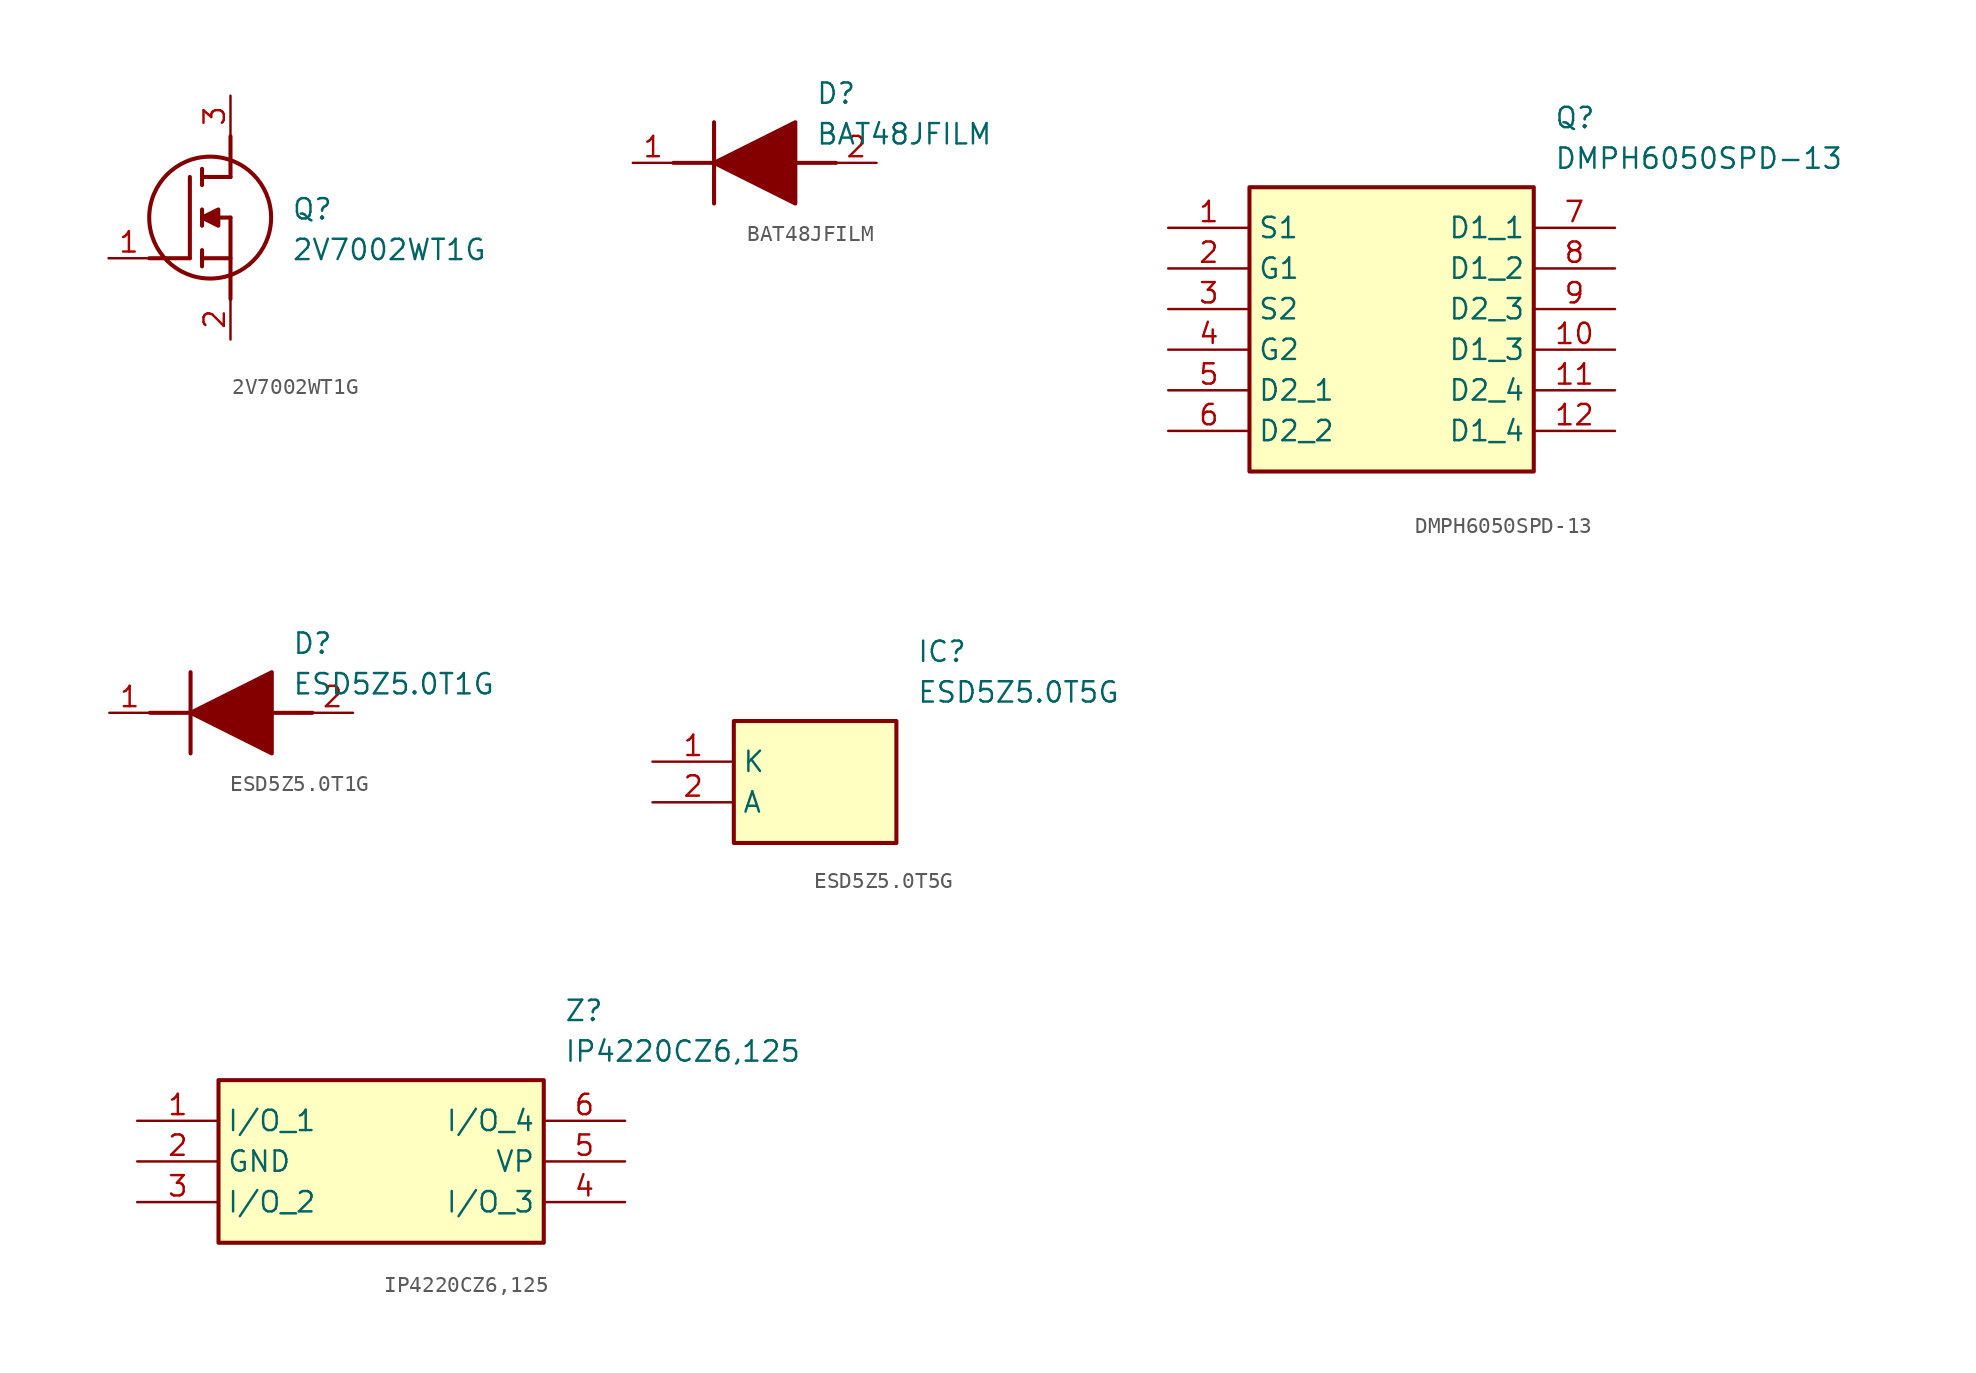
<source format=kicad_sym>
(kicad_symbol_lib
  (version 20241209)
  (generator "kicad_symbol_editor")
  (generator_version "9.0")
  (symbol "2V7002WT1G"
    (pin_names
      (hide yes))
    (property "Reference" "Q"
      (at 11.43 3.81 0)
      (effects (font (size 1.27 1.27)) (justify left top)))
    (property "Value" "2V7002WT1G"
      (at 11.43 1.27 0)
      (effects (font (size 1.27 1.27)) (justify left top)))
    (symbol "2V7002WT1G_1_1"
      (polyline (pts (xy 2.54 0) (xy 5.08 0)) (stroke (width 0.254) (type default)) (fill (type none)))
      (polyline (pts (xy 5.08 5.08) (xy 5.08 0)) (stroke (width 0.254) (type default)) (fill (type none)))
      (polyline (pts (xy 5.842 5.588) (xy 5.842 4.572)) (stroke (width 0.254) (type default)) (fill (type none)))
      (polyline (pts (xy 5.842 2.54) (xy 6.858 3.048) (xy 6.858 2.032) (xy 5.842 2.54)) (stroke (width 0.254) (type default)) (fill (type outline)))
      (polyline (pts (xy 5.842 2.032) (xy 5.842 3.048)) (stroke (width 0.254) (type default)) (fill (type none)))
      (polyline (pts (xy 5.842 0) (xy 7.62 0)) (stroke (width 0.254) (type default)) (fill (type none)))
      (polyline (pts (xy 5.842 -0.508) (xy 5.842 0.508)) (stroke (width 0.254) (type default)) (fill (type none)))
      (circle (center 6.35 2.54) (radius 3.81) (stroke (width 0.254) (type default)) (fill (type none)))
      (polyline (pts (xy 7.62 5.08) (xy 5.842 5.08)) (stroke (width 0.254) (type default)) (fill (type none)))
      (polyline (pts (xy 7.62 5.08) (xy 7.62 7.62)) (stroke (width 0.254) (type default)) (fill (type none)))
      (polyline (pts (xy 7.62 2.54) (xy 5.842 2.54)) (stroke (width 0.254) (type default)) (fill (type none)))
      (polyline (pts (xy 7.62 2.54) (xy 7.62 -2.54)) (stroke (width 0.254) (type default)) (fill (type none)))
      (pin passive line (at 0 0 0) (length 2.54) (name "G" (effects (font (size 1.27 1.27)))) (number "1" (effects (font (size 1.27 1.27)))))
      (pin passive line (at 7.62 10.16 270) (length 2.54) (name "D" (effects (font (size 1.27 1.27)))) (number "3" (effects (font (size 1.27 1.27)))))
      (pin passive line (at 7.62 -5.08 90) (length 2.54) (name "S" (effects (font (size 1.27 1.27)))) (number "2" (effects (font (size 1.27 1.27)))))))
  (symbol "BAT48JFILM"
    (pin_names
      (hide yes))
    (property "Reference" "D"
      (at 11.43 5.08 0)
      (effects (font (size 1.27 1.27)) (justify left top)))
    (property "Value" "BAT48JFILM"
      (at 11.43 2.54 0)
      (effects (font (size 1.27 1.27)) (justify left top)))
    (symbol "BAT48JFILM_1_1"
      (polyline (pts (xy 2.54 0) (xy 5.08 0)) (stroke (width 0.254) (type default)) (fill (type none)))
      (polyline (pts (xy 5.08 2.54) (xy 5.08 -2.54)) (stroke (width 0.254) (type default)) (fill (type none)))
      (polyline (pts (xy 5.08 0) (xy 10.16 2.54) (xy 10.16 -2.54) (xy 5.08 0)) (stroke (width 0.254) (type default)) (fill (type outline)))
      (polyline (pts (xy 10.16 0) (xy 12.7 0)) (stroke (width 0.254) (type default)) (fill (type none)))
      (pin passive line (at 0 0 0) (length 2.54) (name "K" (effects (font (size 1.27 1.27)))) (number "1" (effects (font (size 1.27 1.27)))))
      (pin passive line (at 15.24 0 180) (length 2.54) (name "A" (effects (font (size 1.27 1.27)))) (number "2" (effects (font (size 1.27 1.27)))))))
  (symbol "DMPH6050SPD-13"
    (property "Reference" "Q"
      (at 24.13 7.62 0)
      (effects (font (size 1.27 1.27)) (justify left top)))
    (property "Value" "DMPH6050SPD-13"
      (at 24.13 5.08 0)
      (effects (font (size 1.27 1.27)) (justify left top)))
    (symbol "DMPH6050SPD-13_1_1"
      (rectangle (start 5.08 2.54) (end 22.86 -15.24) (stroke (width 0.254) (type default)) (fill (type background)))
      (pin passive line (at 0 0 0) (length 5.08) (name "S1" (effects (font (size 1.27 1.27)))) (number "1" (effects (font (size 1.27 1.27)))))
      (pin passive line (at 0 -2.54 0) (length 5.08) (name "G1" (effects (font (size 1.27 1.27)))) (number "2" (effects (font (size 1.27 1.27)))))
      (pin passive line (at 0 -5.08 0) (length 5.08) (name "S2" (effects (font (size 1.27 1.27)))) (number "3" (effects (font (size 1.27 1.27)))))
      (pin passive line (at 0 -7.62 0) (length 5.08) (name "G2" (effects (font (size 1.27 1.27)))) (number "4" (effects (font (size 1.27 1.27)))))
      (pin passive line (at 0 -10.16 0) (length 5.08) (name "D2_1" (effects (font (size 1.27 1.27)))) (number "5" (effects (font (size 1.27 1.27)))))
      (pin passive line (at 0 -12.7 0) (length 5.08) (name "D2_2" (effects (font (size 1.27 1.27)))) (number "6" (effects (font (size 1.27 1.27)))))
      (pin passive line (at 27.94 0 180) (length 5.08) (name "D1_1" (effects (font (size 1.27 1.27)))) (number "7" (effects (font (size 1.27 1.27)))))
      (pin passive line (at 27.94 -2.54 180) (length 5.08) (name "D1_2" (effects (font (size 1.27 1.27)))) (number "8" (effects (font (size 1.27 1.27)))))
      (pin passive line (at 27.94 -5.08 180) (length 5.08) (name "D2_3" (effects (font (size 1.27 1.27)))) (number "9" (effects (font (size 1.27 1.27)))))
      (pin passive line (at 27.94 -7.62 180) (length 5.08) (name "D1_3" (effects (font (size 1.27 1.27)))) (number "10" (effects (font (size 1.27 1.27)))))
      (pin passive line (at 27.94 -10.16 180) (length 5.08) (name "D2_4" (effects (font (size 1.27 1.27)))) (number "11" (effects (font (size 1.27 1.27)))))
      (pin passive line (at 27.94 -12.7 180) (length 5.08) (name "D1_4" (effects (font (size 1.27 1.27)))) (number "12" (effects (font (size 1.27 1.27)))))))
  (symbol "ESD5Z5.0T1G"
    (pin_names
      (hide yes))
    (property "Reference" "D"
      (at 11.43 5.08 0)
      (effects (font (size 1.27 1.27)) (justify left top)))
    (property "Value" "ESD5Z5.0T1G"
      (at 11.43 2.54 0)
      (effects (font (size 1.27 1.27)) (justify left top)))
    (symbol "ESD5Z5.0T1G_1_1"
      (polyline (pts (xy 2.54 0) (xy 5.08 0)) (stroke (width 0.254) (type default)) (fill (type none)))
      (polyline (pts (xy 5.08 2.54) (xy 5.08 -2.54)) (stroke (width 0.254) (type default)) (fill (type none)))
      (polyline (pts (xy 5.08 0) (xy 10.16 2.54) (xy 10.16 -2.54) (xy 5.08 0)) (stroke (width 0.254) (type default)) (fill (type outline)))
      (polyline (pts (xy 10.16 0) (xy 12.7 0)) (stroke (width 0.254) (type default)) (fill (type none)))
      (pin passive line (at 0 0 0) (length 2.54) (name "K" (effects (font (size 1.27 1.27)))) (number "1" (effects (font (size 1.27 1.27)))))
      (pin passive line (at 15.24 0 180) (length 2.54) (name "A" (effects (font (size 1.27 1.27)))) (number "2" (effects (font (size 1.27 1.27)))))))
  (symbol "ESD5Z5.0T5G"
    (property "Reference" "IC"
      (at 16.51 7.62 0)
      (effects (font (size 1.27 1.27)) (justify left top)))
    (property "Value" "ESD5Z5.0T5G"
      (at 16.51 5.08 0)
      (effects (font (size 1.27 1.27)) (justify left top)))
    (symbol "ESD5Z5.0T5G_1_1"
      (rectangle (start 5.08 2.54) (end 15.24 -5.08) (stroke (width 0.254) (type default)) (fill (type background)))
      (pin passive line (at 0 0 0) (length 5.08) (name "K" (effects (font (size 1.27 1.27)))) (number "1" (effects (font (size 1.27 1.27)))))
      (pin passive line (at 0 -2.54 0) (length 5.08) (name "A" (effects (font (size 1.27 1.27)))) (number "2" (effects (font (size 1.27 1.27)))))))
  (symbol "IP4220CZ6,125"
    (property "Reference" "Z"
      (at 26.67 7.62 0)
      (effects (font (size 1.27 1.27)) (justify left top)))
    (property "Value" "IP4220CZ6,125"
      (at 26.67 5.08 0)
      (effects (font (size 1.27 1.27)) (justify left top)))
    (symbol "IP4220CZ6,125_1_1"
      (rectangle (start 5.08 2.54) (end 25.4 -7.62) (stroke (width 0.254) (type default)) (fill (type background)))
      (pin passive line (at 0 0 0) (length 5.08) (name "I/O_1" (effects (font (size 1.27 1.27)))) (number "1" (effects (font (size 1.27 1.27)))))
      (pin passive line (at 0 -2.54 0) (length 5.08) (name "GND" (effects (font (size 1.27 1.27)))) (number "2" (effects (font (size 1.27 1.27)))))
      (pin passive line (at 0 -5.08 0) (length 5.08) (name "I/O_2" (effects (font (size 1.27 1.27)))) (number "3" (effects (font (size 1.27 1.27)))))
      (pin passive line (at 30.48 0 180) (length 5.08) (name "I/O_4" (effects (font (size 1.27 1.27)))) (number "6" (effects (font (size 1.27 1.27)))))
      (pin passive line (at 30.48 -2.54 180) (length 5.08) (name "VP" (effects (font (size 1.27 1.27)))) (number "5" (effects (font (size 1.27 1.27)))))
      (pin passive line (at 30.48 -5.08 180) (length 5.08) (name "I/O_3" (effects (font (size 1.27 1.27)))) (number "4" (effects (font (size 1.27 1.27))))))))
</source>
